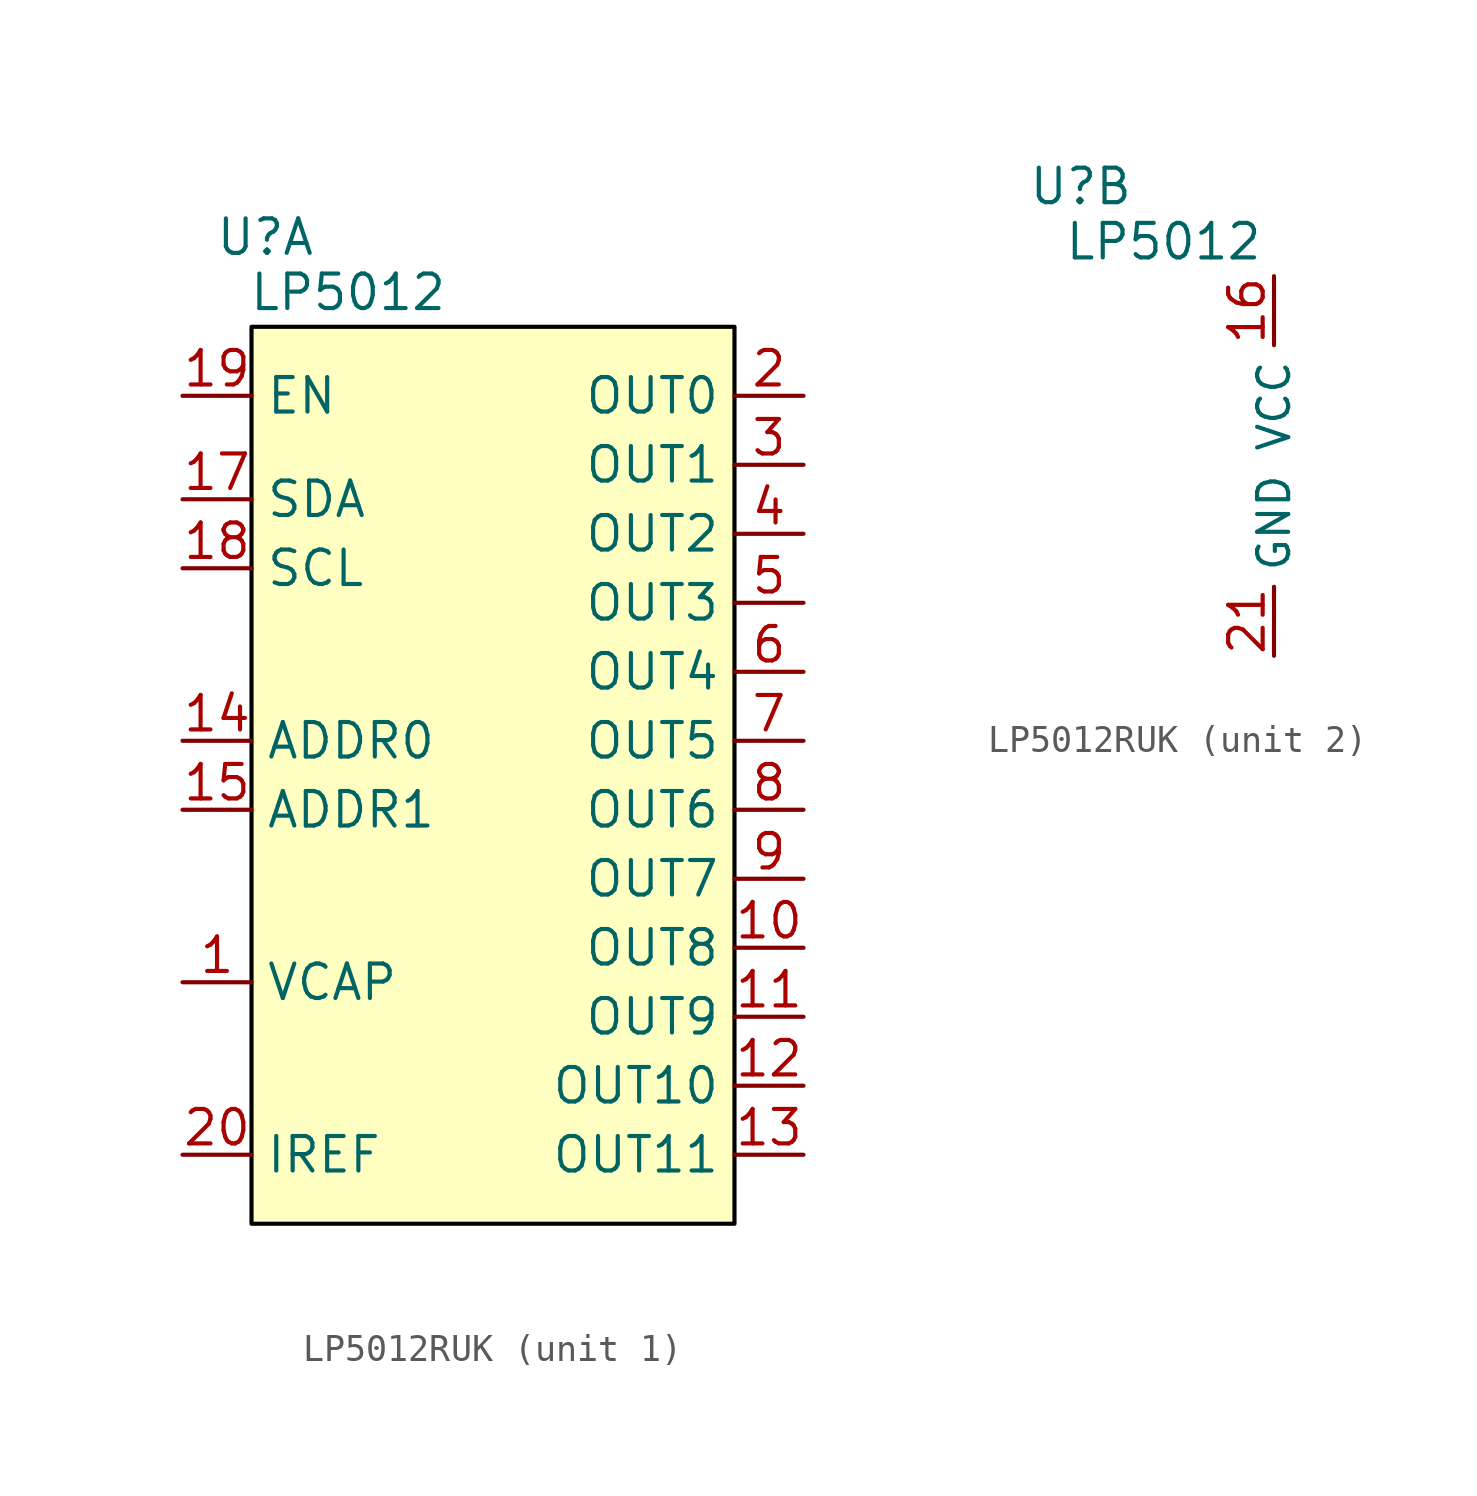
<source format=kicad_sym>
(kicad_symbol_lib
  (version 20241209)
  (generator "kicad_symbol_editor")
  (generator_version "9.0")
  (symbol "LP5012RUK"
    (property "Reference" "U"
      (at -7.112 0.762 0)
      (effects (font (size 1.27 1.27))))
    (property "Value" "LP5012"
      (at -4.064 -1.27 0)
      (effects (font (size 1.27 1.27))))
    (symbol "LP5012RUK_1_1"
      (rectangle (start -7.62 -2.54) (end 10.16 -35.56) (stroke (width 0) (type solid) (color 0 0 0 1)) (fill (type color) (color 255 255 194 1)))
      (pin input line (at -10.16 -5.08 0) (length 2.54) (name "EN" (effects (font (size 1.27 1.27)))) (number "19" (effects (font (size 1.27 1.27)))))
      (pin input line (at -10.16 -8.89 0) (length 2.54) (name "SDA" (effects (font (size 1.27 1.27)))) (number "17" (effects (font (size 1.27 1.27)))))
      (pin input line (at -10.16 -11.43 0) (length 2.54) (name "SCL" (effects (font (size 1.27 1.27)))) (number "18" (effects (font (size 1.27 1.27)))))
      (pin input line (at -10.16 -17.78 0) (length 2.54) (name "ADDR0" (effects (font (size 1.27 1.27)))) (number "14" (effects (font (size 1.27 1.27)))))
      (pin input line (at -10.16 -20.32 0) (length 2.54) (name "ADDR1" (effects (font (size 1.27 1.27)))) (number "15" (effects (font (size 1.27 1.27)))))
      (pin input line (at -10.16 -26.67 0) (length 2.54) (name "VCAP" (effects (font (size 1.27 1.27)))) (number "1" (effects (font (size 1.27 1.27)))))
      (pin input line (at -10.16 -33.02 0) (length 2.54) (name "IREF" (effects (font (size 1.27 1.27)))) (number "20" (effects (font (size 1.27 1.27)))))
      (pin input line (at 12.7 -5.08 180) (length 2.54) (name "OUT0" (effects (font (size 1.27 1.27)))) (number "2" (effects (font (size 1.27 1.27)))))
      (pin input line (at 12.7 -7.62 180) (length 2.54) (name "OUT1" (effects (font (size 1.27 1.27)))) (number "3" (effects (font (size 1.27 1.27)))))
      (pin input line (at 12.7 -10.16 180) (length 2.54) (name "OUT2" (effects (font (size 1.27 1.27)))) (number "4" (effects (font (size 1.27 1.27)))))
      (pin input line (at 12.7 -12.7 180) (length 2.54) (name "OUT3" (effects (font (size 1.27 1.27)))) (number "5" (effects (font (size 1.27 1.27)))))
      (pin input line (at 12.7 -15.24 180) (length 2.54) (name "OUT4" (effects (font (size 1.27 1.27)))) (number "6" (effects (font (size 1.27 1.27)))))
      (pin input line (at 12.7 -17.78 180) (length 2.54) (name "OUT5" (effects (font (size 1.27 1.27)))) (number "7" (effects (font (size 1.27 1.27)))))
      (pin input line (at 12.7 -20.32 180) (length 2.54) (name "OUT6" (effects (font (size 1.27 1.27)))) (number "8" (effects (font (size 1.27 1.27)))))
      (pin input line (at 12.7 -22.86 180) (length 2.54) (name "OUT7" (effects (font (size 1.27 1.27)))) (number "9" (effects (font (size 1.27 1.27)))))
      (pin input line (at 12.7 -25.4 180) (length 2.54) (name "OUT8" (effects (font (size 1.27 1.27)))) (number "10" (effects (font (size 1.27 1.27)))))
      (pin input line (at 12.7 -27.94 180) (length 2.54) (name "OUT9" (effects (font (size 1.27 1.27)))) (number "11" (effects (font (size 1.27 1.27)))))
      (pin input line (at 12.7 -30.48 180) (length 2.54) (name "OUT10" (effects (font (size 1.27 1.27)))) (number "12" (effects (font (size 1.27 1.27)))))
      (pin input line (at 12.7 -33.02 180) (length 2.54) (name "OUT11" (effects (font (size 1.27 1.27)))) (number "13" (effects (font (size 1.27 1.27))))))
    (symbol "LP5012RUK_2_1"
      (pin input line (at 0 -2.54 270) (length 2.54) (name "VCC" (effects (font (size 1.143 1.143)))) (number "16" (effects (font (size 1.27 1.27)))))
      (pin input line (at 0 -16.51 90) (length 2.54) (name "GND" (effects (font (size 1.143 1.143)))) (number "21" (effects (font (size 1.27 1.27))))))))
</source>
